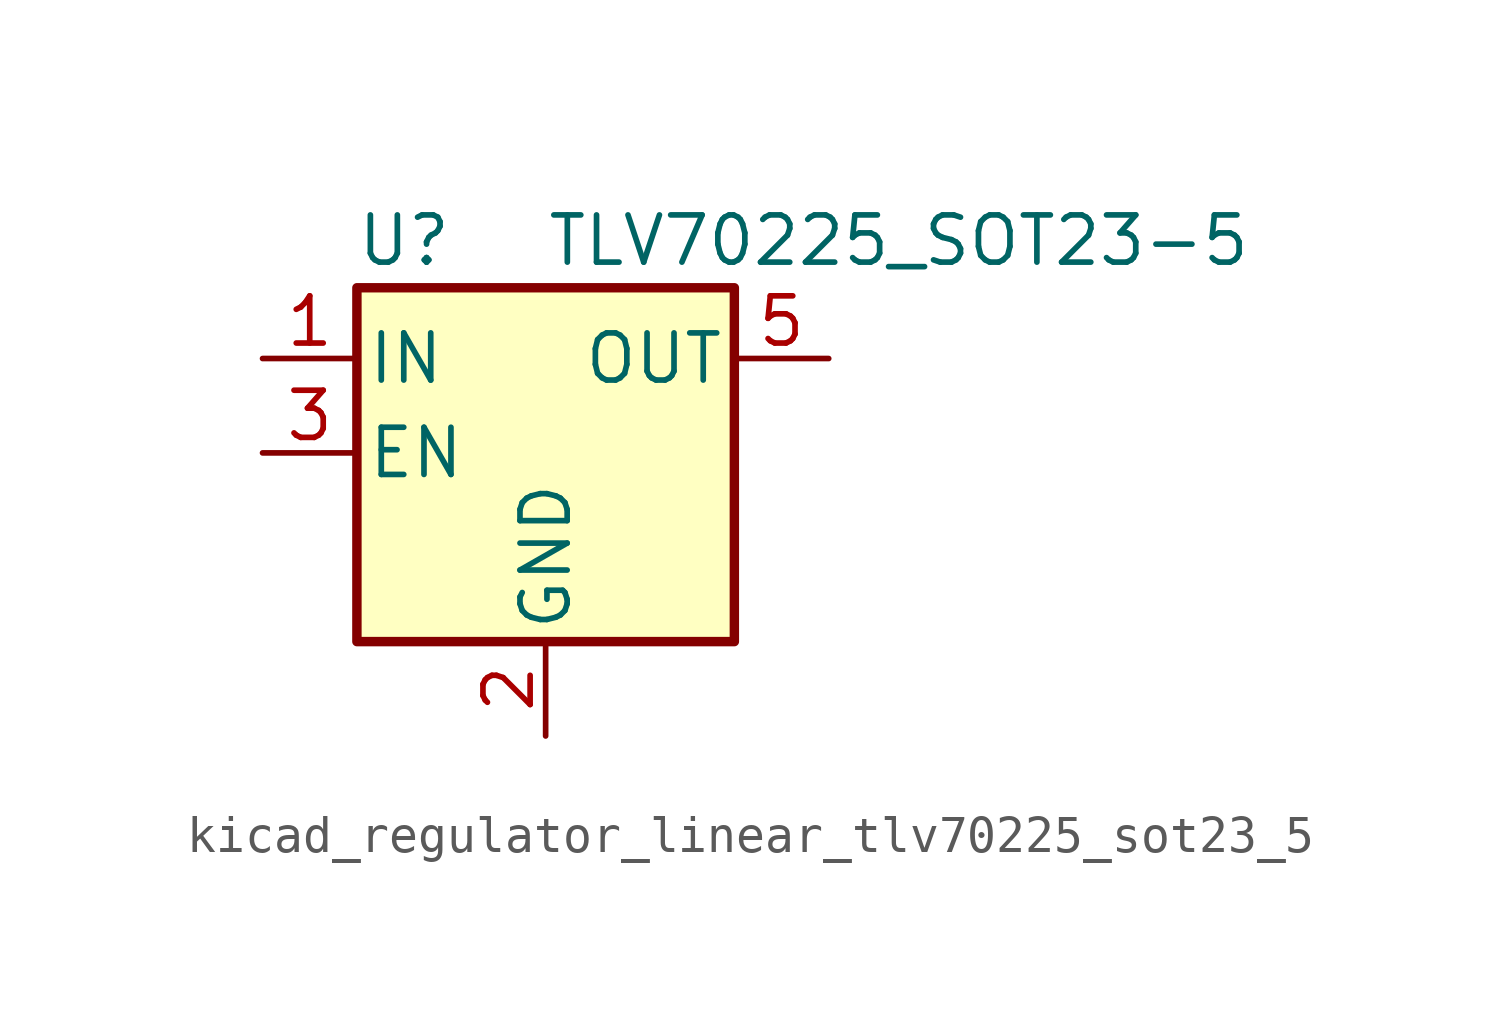
<source format=kicad_sym>
(kicad_symbol_lib
  (version 20220914)
  (generator kicad_symbol_editor)
  (symbol "kicad_regulator_linear_tlv70225_sot23_5"
    (pin_names
      (offset 0.254))
    (property "Reference" "U"
      (at -3.81 5.715 0)
      (effects (font (size 1.27 1.27))))
    (property "Value" "TLV70225_SOT23-5"
      (at 0 5.715 0)
      (effects (font (size 1.27 1.27)) (justify left)))
    (symbol "kicad_regulator_linear_tlv70225_sot23_5_0_1"
      (rectangle (start -5.08 4.445) (end 5.08 -5.08) (stroke (width 0.254) (type default)) (fill (type background))))
    (symbol "kicad_regulator_linear_tlv70225_sot23_5_1_1"
      (pin power_in line (at -7.62 2.54 0) (length 2.54) (name "IN" (effects (font (size 1.27 1.27)))) (number "1" (effects (font (size 1.27 1.27)))))
      (pin power_in line (at 0 -7.62 90) (length 2.54) (name "GND" (effects (font (size 1.27 1.27)))) (number "2" (effects (font (size 1.27 1.27)))))
      (pin input line (at -7.62 0 0) (length 2.54) (name "EN" (effects (font (size 1.27 1.27)))) (number "3" (effects (font (size 1.27 1.27)))))
      (pin no_connect line (at 5.08 0 180) (length 2.54) hide (name "NC" (effects (font (size 1.27 1.27)))) (number "4" (effects (font (size 1.27 1.27)))))
      (pin power_out line (at 7.62 2.54 180) (length 2.54) (name "OUT" (effects (font (size 1.27 1.27)))) (number "5" (effects (font (size 1.27 1.27))))))))
</source>
